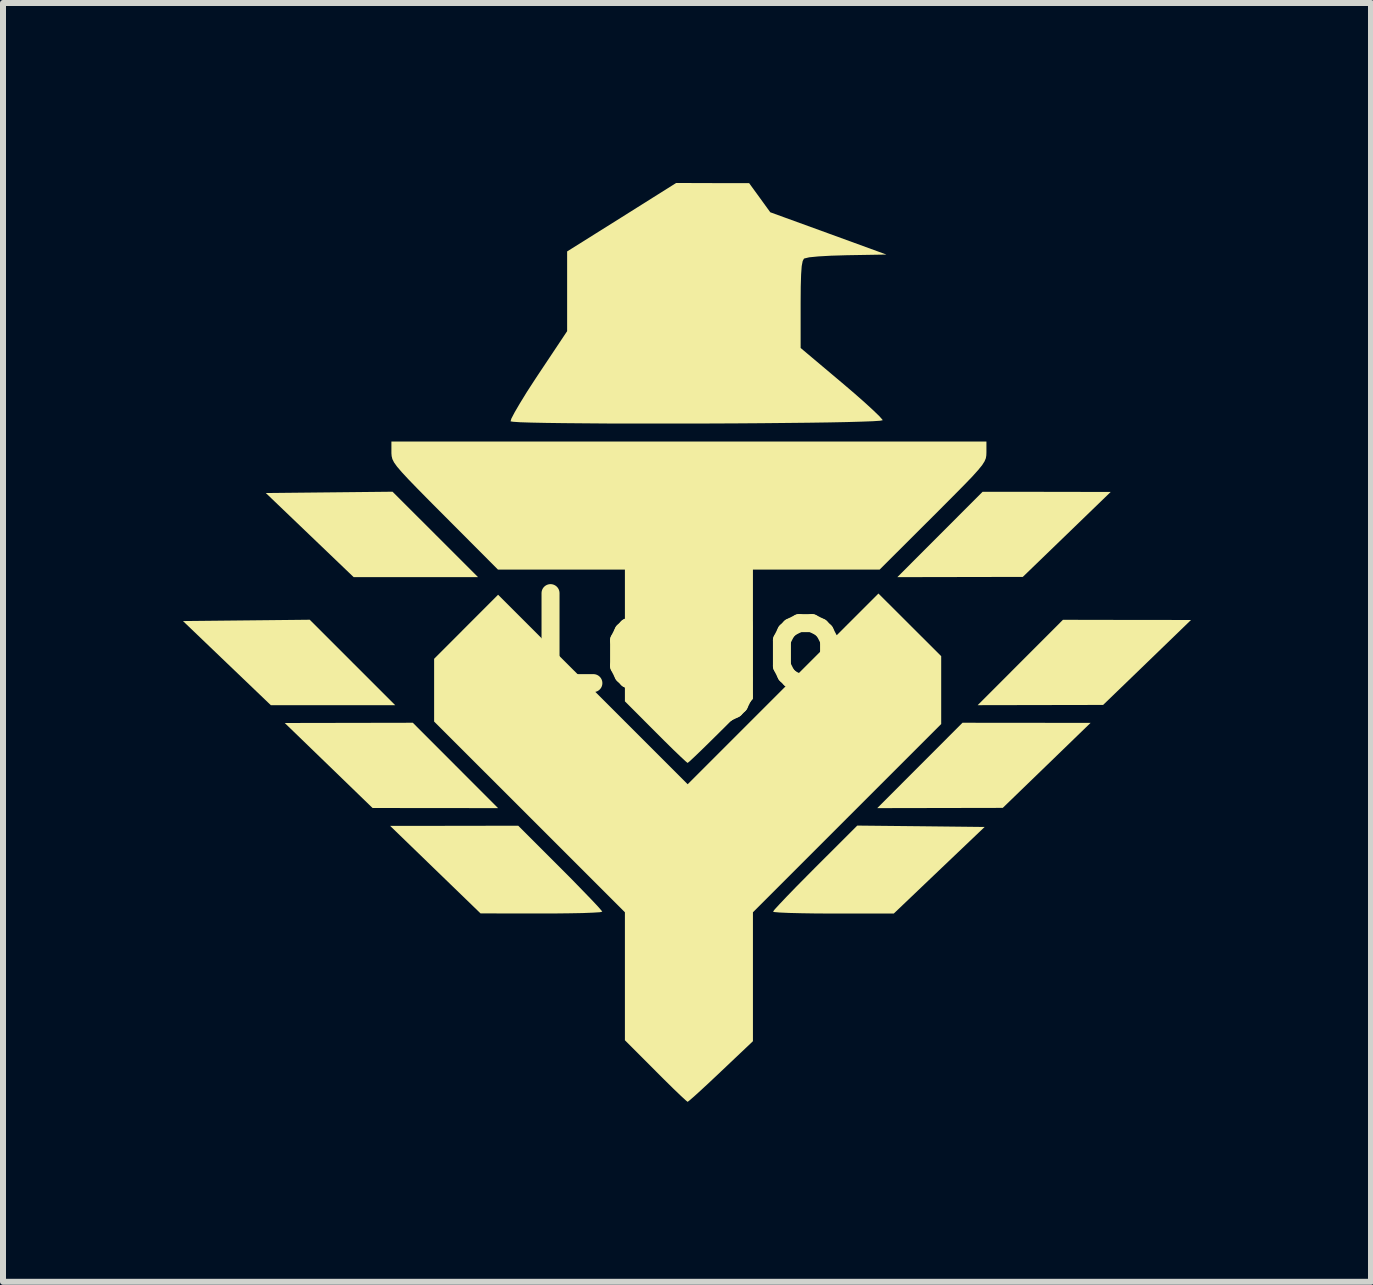
<source format=kicad_pcb>
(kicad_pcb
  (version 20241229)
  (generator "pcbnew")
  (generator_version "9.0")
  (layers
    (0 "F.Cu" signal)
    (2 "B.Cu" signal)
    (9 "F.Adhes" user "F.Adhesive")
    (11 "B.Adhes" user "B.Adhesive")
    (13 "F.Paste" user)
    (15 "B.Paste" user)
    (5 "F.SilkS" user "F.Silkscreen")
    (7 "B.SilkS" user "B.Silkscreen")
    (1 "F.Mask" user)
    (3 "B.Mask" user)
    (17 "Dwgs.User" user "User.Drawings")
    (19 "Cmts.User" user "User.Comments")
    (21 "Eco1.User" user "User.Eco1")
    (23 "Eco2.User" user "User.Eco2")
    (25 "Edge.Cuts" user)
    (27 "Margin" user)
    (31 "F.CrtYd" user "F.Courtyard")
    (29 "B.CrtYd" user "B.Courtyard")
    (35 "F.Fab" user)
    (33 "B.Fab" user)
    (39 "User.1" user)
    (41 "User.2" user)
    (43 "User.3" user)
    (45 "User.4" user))
  (footprint "Logo"
    (layer "F.Cu")
    (at 8.412 7.658)
    (property "Reference" "Logo" (at 0 0 0) (layer "F.SilkS") (effects (font (size 1.5 1.5) (thickness 0.3))))
    (attr board_only exclude_from_pos_files exclude_from_bom)
    (fp_poly (pts (xy -5.587 0.334) (xy -4.875 1.046) (xy -5.912 1.046) (xy -6.948 1.046) (xy -7.68 0.345) (xy -8.412 -0.356) (xy -7.356 -0.367) (xy -6.299 -0.378)) (stroke (width 0) (type solid)) (fill yes) (layer "F.SilkS"))
    (fp_poly (pts (xy -4.206 -1.8) (xy -3.494 -1.088) (xy -4.531 -1.088) (xy -5.567 -1.088) (xy -6.299 -1.789) (xy -7.031 -2.49) (xy -5.975 -2.501) (xy -4.919 -2.512)) (stroke (width 0) (type solid)) (fill yes) (layer "F.SilkS"))
    (fp_poly (pts (xy -3.871 2.05) (xy -3.16 2.762) (xy -4.206 2.761) (xy -5.252 2.76) (xy -5.984 2.051) (xy -6.716 1.343) (xy -5.649 1.341) (xy -4.581 1.339)) (stroke (width 0) (type solid)) (fill yes) (layer "F.SilkS"))
    (fp_poly (pts (xy 5.649 1.34) (xy 6.716 1.341) (xy 5.984 2.05) (xy 5.252 2.758) (xy 4.206 2.76) (xy 3.16 2.762) (xy 3.871 2.05) (xy 4.581 1.339)) (stroke (width 0) (type solid)) (fill yes) (layer "F.SilkS"))
    (fp_poly (pts (xy 5.983 -2.51) (xy 7.051 -2.508) (xy 6.319 -1.8) (xy 5.586 -1.092) (xy 4.541 -1.09) (xy 3.495 -1.088) (xy 4.205 -1.799) (xy 4.916 -2.511)) (stroke (width 0) (type solid)) (fill yes) (layer "F.SilkS"))
    (fp_poly (pts (xy 7.322 -0.375) (xy 8.39 -0.374) (xy 7.658 0.334) (xy 6.925 1.042) (xy 5.88 1.044) (xy 4.834 1.046) (xy 5.544 0.335) (xy 6.255 -0.377)) (stroke (width 0) (type solid)) (fill yes) (layer "F.SilkS"))
    (fp_poly (pts (xy -2.123 3.756) (xy -1.926 3.954) (xy -1.751 4.134) (xy -1.605 4.285) (xy -1.497 4.4) (xy -1.435 4.471) (xy -1.423 4.488) (xy -1.463 4.497) (xy -1.575 4.504) (xy -1.748 4.511) (xy -1.971 4.515) (xy -2.232 4.518) (xy -2.437 4.518) (xy -3.452 4.517) (xy -4.205 3.788) (xy -4.959 3.058) (xy -3.891 3.057) (xy -2.824 3.055)) (stroke (width 0) (type solid)) (fill yes) (layer "F.SilkS"))
    (fp_poly (pts (xy 3.889 3.064) (xy 4.95 3.076) (xy 4.193 3.797) (xy 3.436 4.519) (xy 2.429 4.519) (xy 2.149 4.518) (xy 1.899 4.514) (xy 1.69 4.509) (xy 1.534 4.502) (xy 1.443 4.494) (xy 1.423 4.487) (xy 1.451 4.45) (xy 1.531 4.363) (xy 1.654 4.233) (xy 1.811 4.071) (xy 1.996 3.884) (xy 2.125 3.754) (xy 2.827 3.053)) (stroke (width 0) (type solid)) (fill yes) (layer "F.SilkS"))
    (fp_poly (pts (xy 3.703 -0.293) (xy 4.226 0.229) (xy 4.226 0.795) (xy 4.226 1.36) (xy 2.657 2.929) (xy 1.088 4.498) (xy 1.088 5.572) (xy 1.088 6.647) (xy 0.555 7.152) (xy 0.381 7.316) (xy 0.228 7.458) (xy 0.107 7.568) (xy 0.027 7.637) (xy -0.000303 7.658) (xy -0.036 7.629) (xy -0.12 7.551) (xy -0.243 7.433) (xy -0.394 7.284) (xy -0.534 7.144) (xy -1.046 6.631) (xy -1.046 5.565) (xy -1.046 4.498) (xy -2.636 2.908) (xy -4.226 1.319) (xy -4.226 0.796) (xy -4.226 0.273) (xy -3.693 -0.261) (xy -3.16 -0.795) (xy -1.58 0.784) (xy 0 2.364) (xy 1.59 0.774) (xy 3.18 -0.815)) (stroke (width 0) (type solid)) (fill yes) (layer "F.SilkS"))
    (fp_poly (pts (xy 4.98 -3.169) (xy 4.978 -3.117) (xy 4.97 -3.069) (xy 4.948 -3.017) (xy 4.908 -2.954) (xy 4.841 -2.872) (xy 4.743 -2.763) (xy 4.606 -2.621) (xy 4.425 -2.438) (xy 4.194 -2.206) (xy 4.09 -2.102) (xy 3.2 -1.214) (xy 2.144 -1.214) (xy 1.088 -1.214) (xy 1.088 -0.135) (xy 1.088 0.943) (xy 0.554 1.476) (xy 0.382 1.646) (xy 0.231 1.794) (xy 0.11 1.91) (xy 0.029 1.985) (xy -0.001 2.009) (xy -0.036 1.98) (xy -0.12 1.902) (xy -0.243 1.784) (xy -0.394 1.635) (xy -0.534 1.495) (xy -1.046 0.982) (xy -1.046 -0.116) (xy -1.046 -1.214) (xy -2.104 -1.214) (xy -3.162 -1.214) (xy -4.05 -2.105) (xy -4.302 -2.358) (xy -4.501 -2.56) (xy -4.654 -2.718) (xy -4.766 -2.839) (xy -4.844 -2.93) (xy -4.894 -3) (xy -4.922 -3.056) (xy -4.934 -3.105) (xy -4.938 -3.154) (xy -4.938 -3.172) (xy -4.938 -3.348) (xy 0.021 -3.348) (xy 4.98 -3.348)) (stroke (width 0) (type solid)) (fill yes) (layer "F.SilkS"))
    (fp_poly (pts (xy 0.417 -7.656) (xy 1.025 -7.655) (xy 1.201 -7.413) (xy 1.377 -7.17) (xy 2.345 -6.818) (xy 3.313 -6.465) (xy 2.653 -6.454) (xy 2.391 -6.446) (xy 2.178 -6.434) (xy 2.026 -6.419) (xy 1.946 -6.4) (xy 1.938 -6.396) (xy 1.917 -6.356) (xy 1.901 -6.272) (xy 1.891 -6.134) (xy 1.885 -5.932) (xy 1.883 -5.657) (xy 1.883 -5.629) (xy 1.883 -4.908) (xy 2.573 -4.327) (xy 2.776 -4.154) (xy 2.953 -3.998) (xy 3.097 -3.866) (xy 3.198 -3.768) (xy 3.247 -3.712) (xy 3.25 -3.703) (xy 3.207 -3.695) (xy 3.087 -3.687) (xy 2.901 -3.68) (xy 2.654 -3.673) (xy 2.356 -3.667) (xy 2.013 -3.662) (xy 1.635 -3.658) (xy 1.229 -3.654) (xy 0.804 -3.651) (xy 0.366 -3.649) (xy -0.076 -3.648) (xy -0.513 -3.648) (xy -0.939 -3.648) (xy -1.344 -3.649) (xy -1.722 -3.652) (xy -2.063 -3.655) (xy -2.361 -3.659) (xy -2.606 -3.664) (xy -2.792 -3.67) (xy -2.91 -3.678) (xy -2.952 -3.685) (xy -2.938 -3.732) (xy -2.883 -3.837) (xy -2.794 -3.989) (xy -2.678 -4.178) (xy -2.539 -4.392) (xy -2.494 -4.46) (xy -2.009 -5.188) (xy -2.009 -5.853) (xy -2.009 -6.517) (xy -1.1 -7.087) (xy -0.192 -7.658)) (stroke (width 0) (type solid)) (fill yes) (layer "F.SilkS")))
  (gr_rect
    (start -3 -3)
    (end 19.802 18.315)
    (stroke (width 0.1) (type default))
    (fill no)
    (layer "Edge.Cuts")))
</source>
